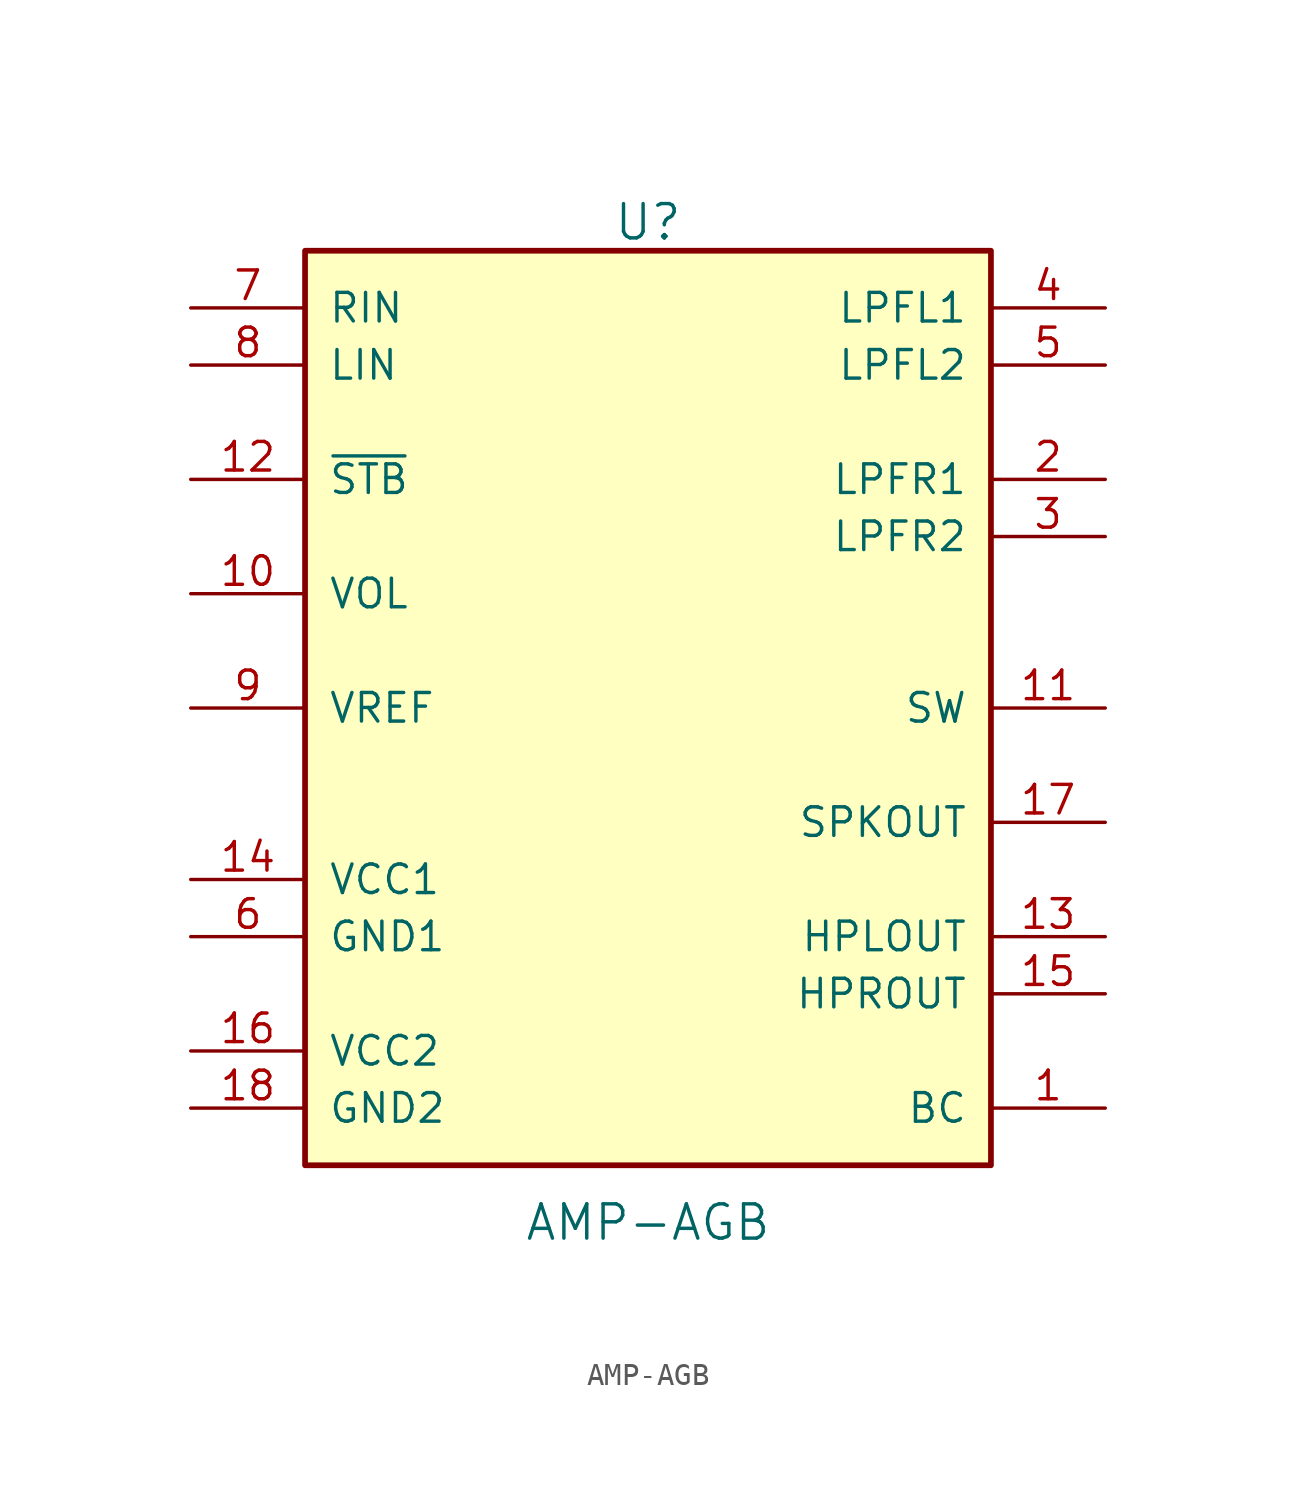
<source format=kicad_sym>
(kicad_symbol_lib
  (version 20231120)
  (generator "kicad_symbol_editor")
  (generator_version "8.0")
  (symbol "AMP-AGB"
    (pin_names
      (offset 1.016))
    (property "Reference" "U"
      (at 0 21.59 0)
      (effects (font (size 1.524 1.524))))
    (property "Value" "AMP-AGB"
      (at 0 -22.86 0)
      (effects (font (size 1.524 1.524))))
    (symbol "AMP-AGB_1_1"
      (rectangle (start -15.24 20.32) (end 15.24 -20.32) (stroke (width 0.254) (type solid)) (fill (type background)))
      (pin passive line (at 20.32 -17.78 180) (length 5.08) (name "BC" (effects (font (size 1.27 1.27)))) (number "1" (effects (font (size 1.27 1.27)))))
      (pin input line (at -20.32 5.08 0) (length 5.08) (name "VOL" (effects (font (size 1.27 1.27)))) (number "10" (effects (font (size 1.27 1.27)))))
      (pin input line (at 20.32 0 180) (length 5.08) (name "SW" (effects (font (size 1.27 1.27)))) (number "11" (effects (font (size 1.27 1.27)))))
      (pin input line (at -20.32 10.16 0) (length 5.08) (name "~{STB}" (effects (font (size 1.27 1.27)))) (number "12" (effects (font (size 1.27 1.27)))))
      (pin output line (at 20.32 -10.16 180) (length 5.08) (name "HPLOUT" (effects (font (size 1.27 1.27)))) (number "13" (effects (font (size 1.27 1.27)))))
      (pin power_in line (at -20.32 -7.62 0) (length 5.08) (name "VCC1" (effects (font (size 1.27 1.27)))) (number "14" (effects (font (size 1.27 1.27)))))
      (pin output line (at 20.32 -12.7 180) (length 5.08) (name "HPROUT" (effects (font (size 1.27 1.27)))) (number "15" (effects (font (size 1.27 1.27)))))
      (pin power_in line (at -20.32 -15.24 0) (length 5.08) (name "VCC2" (effects (font (size 1.27 1.27)))) (number "16" (effects (font (size 1.27 1.27)))))
      (pin output line (at 20.32 -5.08 180) (length 5.08) (name "SPKOUT" (effects (font (size 1.27 1.27)))) (number "17" (effects (font (size 1.27 1.27)))))
      (pin power_in line (at -20.32 -17.78 0) (length 5.08) (name "GND2" (effects (font (size 1.27 1.27)))) (number "18" (effects (font (size 1.27 1.27)))))
      (pin passive line (at 20.32 10.16 180) (length 5.08) (name "LPFR1" (effects (font (size 1.27 1.27)))) (number "2" (effects (font (size 1.27 1.27)))))
      (pin passive line (at 20.32 7.62 180) (length 5.08) (name "LPFR2" (effects (font (size 1.27 1.27)))) (number "3" (effects (font (size 1.27 1.27)))))
      (pin passive line (at 20.32 17.78 180) (length 5.08) (name "LPFL1" (effects (font (size 1.27 1.27)))) (number "4" (effects (font (size 1.27 1.27)))))
      (pin passive line (at 20.32 15.24 180) (length 5.08) (name "LPFL2" (effects (font (size 1.27 1.27)))) (number "5" (effects (font (size 1.27 1.27)))))
      (pin power_in line (at -20.32 -10.16 0) (length 5.08) (name "GND1" (effects (font (size 1.27 1.27)))) (number "6" (effects (font (size 1.27 1.27)))))
      (pin input line (at -20.32 17.78 0) (length 5.08) (name "RIN" (effects (font (size 1.27 1.27)))) (number "7" (effects (font (size 1.27 1.27)))))
      (pin input line (at -20.32 15.24 0) (length 5.08) (name "LIN" (effects (font (size 1.27 1.27)))) (number "8" (effects (font (size 1.27 1.27)))))
      (pin passive line (at -20.32 0 0) (length 5.08) (name "VREF" (effects (font (size 1.27 1.27)))) (number "9" (effects (font (size 1.27 1.27))))))))
</source>
